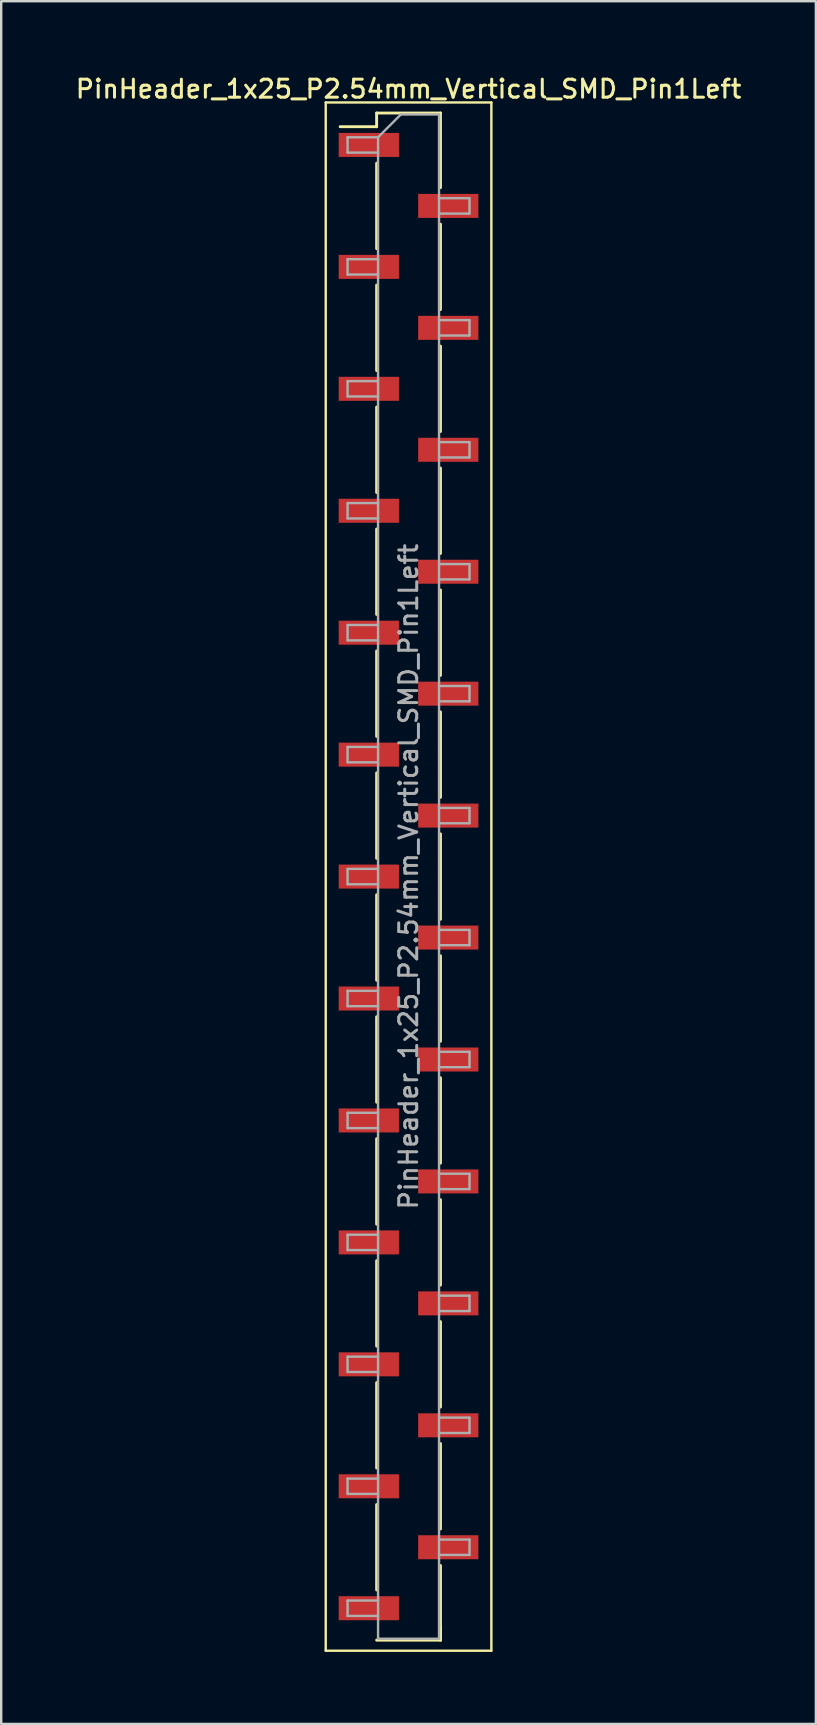
<source format=kicad_pcb>
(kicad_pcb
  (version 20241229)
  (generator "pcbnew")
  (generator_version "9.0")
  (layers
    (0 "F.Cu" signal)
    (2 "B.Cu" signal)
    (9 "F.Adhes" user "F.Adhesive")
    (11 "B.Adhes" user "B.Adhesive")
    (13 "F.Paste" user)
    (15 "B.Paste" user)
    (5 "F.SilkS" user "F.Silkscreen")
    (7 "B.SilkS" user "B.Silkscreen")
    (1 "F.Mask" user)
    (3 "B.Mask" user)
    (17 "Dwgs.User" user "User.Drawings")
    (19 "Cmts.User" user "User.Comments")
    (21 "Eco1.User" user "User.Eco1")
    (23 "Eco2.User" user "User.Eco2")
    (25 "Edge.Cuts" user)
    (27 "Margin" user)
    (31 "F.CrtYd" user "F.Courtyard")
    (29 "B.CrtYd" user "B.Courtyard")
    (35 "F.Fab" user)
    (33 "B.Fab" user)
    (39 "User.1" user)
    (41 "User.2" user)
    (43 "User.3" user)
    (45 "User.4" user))
  (footprint "PinHeader_1x25_P2.54mm_Vertical_SMD_Pin1Left"
    (layer "F.Cu")
    (at 13.97 33.468)
    (property "Reference" "PinHeader_1x25_P2.54mm_Vertical_SMD_Pin1Left" (at 0 -32.81 0) (layer "F.SilkS") (effects (font (size 0.75 0.75) (thickness 0.125))))
    (attr smd)
    (fp_line (start -3.45 -32.25) (end -3.45 32.25) (stroke (width 0.1) (type solid)) (layer "F.SilkS"))
    (fp_line (start -3.45 32.25) (end 3.45 32.25) (stroke (width 0.1) (type solid)) (layer "F.SilkS"))
    (fp_line (start -1.33 -31.81) (end -1.33 -31.24) (stroke (width 0.12) (type solid)) (layer "F.SilkS"))
    (fp_line (start -1.33 -31.81) (end 1.33 -31.81) (stroke (width 0.12) (type solid)) (layer "F.SilkS"))
    (fp_line (start -1.33 -31.24) (end -2.85 -31.24) (stroke (width 0.12) (type solid)) (layer "F.SilkS"))
    (fp_line (start -1.33 -29.72) (end -1.33 -26.16) (stroke (width 0.12) (type solid)) (layer "F.SilkS"))
    (fp_line (start -1.33 -24.64) (end -1.33 -21.08) (stroke (width 0.12) (type solid)) (layer "F.SilkS"))
    (fp_line (start -1.33 -19.56) (end -1.33 -16) (stroke (width 0.12) (type solid)) (layer "F.SilkS"))
    (fp_line (start -1.33 -14.48) (end -1.33 -10.92) (stroke (width 0.12) (type solid)) (layer "F.SilkS"))
    (fp_line (start -1.33 -9.4) (end -1.33 -5.84) (stroke (width 0.12) (type solid)) (layer "F.SilkS"))
    (fp_line (start -1.33 -4.32) (end -1.33 -0.76) (stroke (width 0.12) (type solid)) (layer "F.SilkS"))
    (fp_line (start -1.33 0.76) (end -1.33 4.32) (stroke (width 0.12) (type solid)) (layer "F.SilkS"))
    (fp_line (start -1.33 5.84) (end -1.33 9.4) (stroke (width 0.12) (type solid)) (layer "F.SilkS"))
    (fp_line (start -1.33 10.92) (end -1.33 14.48) (stroke (width 0.12) (type solid)) (layer "F.SilkS"))
    (fp_line (start -1.33 16) (end -1.33 19.56) (stroke (width 0.12) (type solid)) (layer "F.SilkS"))
    (fp_line (start -1.33 21.08) (end -1.33 24.64) (stroke (width 0.12) (type solid)) (layer "F.SilkS"))
    (fp_line (start -1.33 26.16) (end -1.33 29.72) (stroke (width 0.12) (type solid)) (layer "F.SilkS"))
    (fp_line (start -1.33 31.81) (end 1.33 31.81) (stroke (width 0.12) (type solid)) (layer "F.SilkS"))
    (fp_line (start 1.33 -31.81) (end 1.33 -28.7) (stroke (width 0.12) (type solid)) (layer "F.SilkS"))
    (fp_line (start 1.33 -27.18) (end 1.33 -23.62) (stroke (width 0.12) (type solid)) (layer "F.SilkS"))
    (fp_line (start 1.33 -22.1) (end 1.33 -18.54) (stroke (width 0.12) (type solid)) (layer "F.SilkS"))
    (fp_line (start 1.33 -17.02) (end 1.33 -13.46) (stroke (width 0.12) (type solid)) (layer "F.SilkS"))
    (fp_line (start 1.33 -11.94) (end 1.33 -8.38) (stroke (width 0.12) (type solid)) (layer "F.SilkS"))
    (fp_line (start 1.33 -6.86) (end 1.33 -3.3) (stroke (width 0.12) (type solid)) (layer "F.SilkS"))
    (fp_line (start 1.33 -1.78) (end 1.33 1.78) (stroke (width 0.12) (type solid)) (layer "F.SilkS"))
    (fp_line (start 1.33 3.3) (end 1.33 6.86) (stroke (width 0.12) (type solid)) (layer "F.SilkS"))
    (fp_line (start 1.33 8.38) (end 1.33 11.94) (stroke (width 0.12) (type solid)) (layer "F.SilkS"))
    (fp_line (start 1.33 13.46) (end 1.33 17.02) (stroke (width 0.12) (type solid)) (layer "F.SilkS"))
    (fp_line (start 1.33 18.54) (end 1.33 22.1) (stroke (width 0.12) (type solid)) (layer "F.SilkS"))
    (fp_line (start 1.33 23.62) (end 1.33 27.18) (stroke (width 0.12) (type solid)) (layer "F.SilkS"))
    (fp_line (start 1.33 28.7) (end 1.33 31.81) (stroke (width 0.12) (type solid)) (layer "F.SilkS"))
    (fp_line (start 1.33 31.24) (end 1.33 31.81) (stroke (width 0.12) (type solid)) (layer "F.SilkS"))
    (fp_line (start 3.45 -32.25) (end -3.45 -32.25) (stroke (width 0.1) (type solid)) (layer "F.SilkS"))
    (fp_line (start 3.45 32.25) (end 3.45 -32.25) (stroke (width 0.1) (type solid)) (layer "F.SilkS"))
    (fp_line (start -2.54 -30.8) (end -2.54 -30.16) (stroke (width 0.1) (type solid)) (layer "F.Fab"))
    (fp_line (start -2.54 -30.16) (end -1.27 -30.16) (stroke (width 0.1) (type solid)) (layer "F.Fab"))
    (fp_line (start -2.54 -25.72) (end -2.54 -25.08) (stroke (width 0.1) (type solid)) (layer "F.Fab"))
    (fp_line (start -2.54 -25.08) (end -1.27 -25.08) (stroke (width 0.1) (type solid)) (layer "F.Fab"))
    (fp_line (start -2.54 -20.64) (end -2.54 -20) (stroke (width 0.1) (type solid)) (layer "F.Fab"))
    (fp_line (start -2.54 -20) (end -1.27 -20) (stroke (width 0.1) (type solid)) (layer "F.Fab"))
    (fp_line (start -2.54 -15.56) (end -2.54 -14.92) (stroke (width 0.1) (type solid)) (layer "F.Fab"))
    (fp_line (start -2.54 -14.92) (end -1.27 -14.92) (stroke (width 0.1) (type solid)) (layer "F.Fab"))
    (fp_line (start -2.54 -10.48) (end -2.54 -9.84) (stroke (width 0.1) (type solid)) (layer "F.Fab"))
    (fp_line (start -2.54 -9.84) (end -1.27 -9.84) (stroke (width 0.1) (type solid)) (layer "F.Fab"))
    (fp_line (start -2.54 -5.4) (end -2.54 -4.76) (stroke (width 0.1) (type solid)) (layer "F.Fab"))
    (fp_line (start -2.54 -4.76) (end -1.27 -4.76) (stroke (width 0.1) (type solid)) (layer "F.Fab"))
    (fp_line (start -2.54 -0.32) (end -2.54 0.32) (stroke (width 0.1) (type solid)) (layer "F.Fab"))
    (fp_line (start -2.54 0.32) (end -1.27 0.32) (stroke (width 0.1) (type solid)) (layer "F.Fab"))
    (fp_line (start -2.54 4.76) (end -2.54 5.4) (stroke (width 0.1) (type solid)) (layer "F.Fab"))
    (fp_line (start -2.54 5.4) (end -1.27 5.4) (stroke (width 0.1) (type solid)) (layer "F.Fab"))
    (fp_line (start -2.54 9.84) (end -2.54 10.48) (stroke (width 0.1) (type solid)) (layer "F.Fab"))
    (fp_line (start -2.54 10.48) (end -1.27 10.48) (stroke (width 0.1) (type solid)) (layer "F.Fab"))
    (fp_line (start -2.54 14.92) (end -2.54 15.56) (stroke (width 0.1) (type solid)) (layer "F.Fab"))
    (fp_line (start -2.54 15.56) (end -1.27 15.56) (stroke (width 0.1) (type solid)) (layer "F.Fab"))
    (fp_line (start -2.54 20) (end -2.54 20.64) (stroke (width 0.1) (type solid)) (layer "F.Fab"))
    (fp_line (start -2.54 20.64) (end -1.27 20.64) (stroke (width 0.1) (type solid)) (layer "F.Fab"))
    (fp_line (start -2.54 25.08) (end -2.54 25.72) (stroke (width 0.1) (type solid)) (layer "F.Fab"))
    (fp_line (start -2.54 25.72) (end -1.27 25.72) (stroke (width 0.1) (type solid)) (layer "F.Fab"))
    (fp_line (start -2.54 30.16) (end -2.54 30.8) (stroke (width 0.1) (type solid)) (layer "F.Fab"))
    (fp_line (start -2.54 30.8) (end -1.27 30.8) (stroke (width 0.1) (type solid)) (layer "F.Fab"))
    (fp_line (start -1.27 -30.8) (end -2.54 -30.8) (stroke (width 0.1) (type solid)) (layer "F.Fab"))
    (fp_line (start -1.27 -30.8) (end -0.32 -31.75) (stroke (width 0.1) (type solid)) (layer "F.Fab"))
    (fp_line (start -1.27 -25.72) (end -2.54 -25.72) (stroke (width 0.1) (type solid)) (layer "F.Fab"))
    (fp_line (start -1.27 -20.64) (end -2.54 -20.64) (stroke (width 0.1) (type solid)) (layer "F.Fab"))
    (fp_line (start -1.27 -15.56) (end -2.54 -15.56) (stroke (width 0.1) (type solid)) (layer "F.Fab"))
    (fp_line (start -1.27 -10.48) (end -2.54 -10.48) (stroke (width 0.1) (type solid)) (layer "F.Fab"))
    (fp_line (start -1.27 -5.4) (end -2.54 -5.4) (stroke (width 0.1) (type solid)) (layer "F.Fab"))
    (fp_line (start -1.27 -0.32) (end -2.54 -0.32) (stroke (width 0.1) (type solid)) (layer "F.Fab"))
    (fp_line (start -1.27 4.76) (end -2.54 4.76) (stroke (width 0.1) (type solid)) (layer "F.Fab"))
    (fp_line (start -1.27 9.84) (end -2.54 9.84) (stroke (width 0.1) (type solid)) (layer "F.Fab"))
    (fp_line (start -1.27 14.92) (end -2.54 14.92) (stroke (width 0.1) (type solid)) (layer "F.Fab"))
    (fp_line (start -1.27 20) (end -2.54 20) (stroke (width 0.1) (type solid)) (layer "F.Fab"))
    (fp_line (start -1.27 25.08) (end -2.54 25.08) (stroke (width 0.1) (type solid)) (layer "F.Fab"))
    (fp_line (start -1.27 30.16) (end -2.54 30.16) (stroke (width 0.1) (type solid)) (layer "F.Fab"))
    (fp_line (start -1.27 31.75) (end -1.27 -30.8) (stroke (width 0.1) (type solid)) (layer "F.Fab"))
    (fp_line (start -0.32 -31.75) (end 1.27 -31.75) (stroke (width 0.1) (type solid)) (layer "F.Fab"))
    (fp_line (start 1.27 -31.75) (end 1.27 31.75) (stroke (width 0.1) (type solid)) (layer "F.Fab"))
    (fp_line (start 1.27 -28.26) (end 2.54 -28.26) (stroke (width 0.1) (type solid)) (layer "F.Fab"))
    (fp_line (start 1.27 -23.18) (end 2.54 -23.18) (stroke (width 0.1) (type solid)) (layer "F.Fab"))
    (fp_line (start 1.27 -18.1) (end 2.54 -18.1) (stroke (width 0.1) (type solid)) (layer "F.Fab"))
    (fp_line (start 1.27 -13.02) (end 2.54 -13.02) (stroke (width 0.1) (type solid)) (layer "F.Fab"))
    (fp_line (start 1.27 -7.94) (end 2.54 -7.94) (stroke (width 0.1) (type solid)) (layer "F.Fab"))
    (fp_line (start 1.27 -2.86) (end 2.54 -2.86) (stroke (width 0.1) (type solid)) (layer "F.Fab"))
    (fp_line (start 1.27 2.22) (end 2.54 2.22) (stroke (width 0.1) (type solid)) (layer "F.Fab"))
    (fp_line (start 1.27 7.3) (end 2.54 7.3) (stroke (width 0.1) (type solid)) (layer "F.Fab"))
    (fp_line (start 1.27 12.38) (end 2.54 12.38) (stroke (width 0.1) (type solid)) (layer "F.Fab"))
    (fp_line (start 1.27 17.46) (end 2.54 17.46) (stroke (width 0.1) (type solid)) (layer "F.Fab"))
    (fp_line (start 1.27 22.54) (end 2.54 22.54) (stroke (width 0.1) (type solid)) (layer "F.Fab"))
    (fp_line (start 1.27 27.62) (end 2.54 27.62) (stroke (width 0.1) (type solid)) (layer "F.Fab"))
    (fp_line (start 1.27 31.75) (end -1.27 31.75) (stroke (width 0.1) (type solid)) (layer "F.Fab"))
    (fp_line (start 2.54 -28.26) (end 2.54 -27.62) (stroke (width 0.1) (type solid)) (layer "F.Fab"))
    (fp_line (start 2.54 -27.62) (end 1.27 -27.62) (stroke (width 0.1) (type solid)) (layer "F.Fab"))
    (fp_line (start 2.54 -23.18) (end 2.54 -22.54) (stroke (width 0.1) (type solid)) (layer "F.Fab"))
    (fp_line (start 2.54 -22.54) (end 1.27 -22.54) (stroke (width 0.1) (type solid)) (layer "F.Fab"))
    (fp_line (start 2.54 -18.1) (end 2.54 -17.46) (stroke (width 0.1) (type solid)) (layer "F.Fab"))
    (fp_line (start 2.54 -17.46) (end 1.27 -17.46) (stroke (width 0.1) (type solid)) (layer "F.Fab"))
    (fp_line (start 2.54 -13.02) (end 2.54 -12.38) (stroke (width 0.1) (type solid)) (layer "F.Fab"))
    (fp_line (start 2.54 -12.38) (end 1.27 -12.38) (stroke (width 0.1) (type solid)) (layer "F.Fab"))
    (fp_line (start 2.54 -7.94) (end 2.54 -7.3) (stroke (width 0.1) (type solid)) (layer "F.Fab"))
    (fp_line (start 2.54 -7.3) (end 1.27 -7.3) (stroke (width 0.1) (type solid)) (layer "F.Fab"))
    (fp_line (start 2.54 -2.86) (end 2.54 -2.22) (stroke (width 0.1) (type solid)) (layer "F.Fab"))
    (fp_line (start 2.54 -2.22) (end 1.27 -2.22) (stroke (width 0.1) (type solid)) (layer "F.Fab"))
    (fp_line (start 2.54 2.22) (end 2.54 2.86) (stroke (width 0.1) (type solid)) (layer "F.Fab"))
    (fp_line (start 2.54 2.86) (end 1.27 2.86) (stroke (width 0.1) (type solid)) (layer "F.Fab"))
    (fp_line (start 2.54 7.3) (end 2.54 7.94) (stroke (width 0.1) (type solid)) (layer "F.Fab"))
    (fp_line (start 2.54 7.94) (end 1.27 7.94) (stroke (width 0.1) (type solid)) (layer "F.Fab"))
    (fp_line (start 2.54 12.38) (end 2.54 13.02) (stroke (width 0.1) (type solid)) (layer "F.Fab"))
    (fp_line (start 2.54 13.02) (end 1.27 13.02) (stroke (width 0.1) (type solid)) (layer "F.Fab"))
    (fp_line (start 2.54 17.46) (end 2.54 18.1) (stroke (width 0.1) (type solid)) (layer "F.Fab"))
    (fp_line (start 2.54 18.1) (end 1.27 18.1) (stroke (width 0.1) (type solid)) (layer "F.Fab"))
    (fp_line (start 2.54 22.54) (end 2.54 23.18) (stroke (width 0.1) (type solid)) (layer "F.Fab"))
    (fp_line (start 2.54 23.18) (end 1.27 23.18) (stroke (width 0.1) (type solid)) (layer "F.Fab"))
    (fp_line (start 2.54 27.62) (end 2.54 28.26) (stroke (width 0.1) (type solid)) (layer "F.Fab"))
    (fp_line (start 2.54 28.26) (end 1.27 28.26) (stroke (width 0.1) (type solid)) (layer "F.Fab"))
    (fp_text user "${REFERENCE}" (at 0 0 90) (layer "F.Fab") (effects (font (size 0.75 0.75) (thickness 0.125))))
    (pad "1" smd rect (at -1.655 -30.48) (size 2.51 1) (layers "F.Cu" "F.Mask" "F.Paste"))
    (pad "2" smd rect (at 1.655 -27.94) (size 2.51 1) (layers "F.Cu" "F.Mask" "F.Paste"))
    (pad "3" smd rect (at -1.655 -25.4) (size 2.51 1) (layers "F.Cu" "F.Mask" "F.Paste"))
    (pad "4" smd rect (at 1.655 -22.86) (size 2.51 1) (layers "F.Cu" "F.Mask" "F.Paste"))
    (pad "5" smd rect (at -1.655 -20.32) (size 2.51 1) (layers "F.Cu" "F.Mask" "F.Paste"))
    (pad "6" smd rect (at 1.655 -17.78) (size 2.51 1) (layers "F.Cu" "F.Mask" "F.Paste"))
    (pad "7" smd rect (at -1.655 -15.24) (size 2.51 1) (layers "F.Cu" "F.Mask" "F.Paste"))
    (pad "8" smd rect (at 1.655 -12.7) (size 2.51 1) (layers "F.Cu" "F.Mask" "F.Paste"))
    (pad "9" smd rect (at -1.655 -10.16) (size 2.51 1) (layers "F.Cu" "F.Mask" "F.Paste"))
    (pad "10" smd rect (at 1.655 -7.62) (size 2.51 1) (layers "F.Cu" "F.Mask" "F.Paste"))
    (pad "11" smd rect (at -1.655 -5.08) (size 2.51 1) (layers "F.Cu" "F.Mask" "F.Paste"))
    (pad "12" smd rect (at 1.655 -2.54) (size 2.51 1) (layers "F.Cu" "F.Mask" "F.Paste"))
    (pad "13" smd rect (at -1.655 0) (size 2.51 1) (layers "F.Cu" "F.Mask" "F.Paste"))
    (pad "14" smd rect (at 1.655 2.54) (size 2.51 1) (layers "F.Cu" "F.Mask" "F.Paste"))
    (pad "15" smd rect (at -1.655 5.08) (size 2.51 1) (layers "F.Cu" "F.Mask" "F.Paste"))
    (pad "16" smd rect (at 1.655 7.62) (size 2.51 1) (layers "F.Cu" "F.Mask" "F.Paste"))
    (pad "17" smd rect (at -1.655 10.16) (size 2.51 1) (layers "F.Cu" "F.Mask" "F.Paste"))
    (pad "18" smd rect (at 1.655 12.7) (size 2.51 1) (layers "F.Cu" "F.Mask" "F.Paste"))
    (pad "19" smd rect (at -1.655 15.24) (size 2.51 1) (layers "F.Cu" "F.Mask" "F.Paste"))
    (pad "20" smd rect (at 1.655 17.78) (size 2.51 1) (layers "F.Cu" "F.Mask" "F.Paste"))
    (pad "21" smd rect (at -1.655 20.32) (size 2.51 1) (layers "F.Cu" "F.Mask" "F.Paste"))
    (pad "22" smd rect (at 1.655 22.86) (size 2.51 1) (layers "F.Cu" "F.Mask" "F.Paste"))
    (pad "23" smd rect (at -1.655 25.4) (size 2.51 1) (layers "F.Cu" "F.Mask" "F.Paste"))
    (pad "24" smd rect (at 1.655 27.94) (size 2.51 1) (layers "F.Cu" "F.Mask" "F.Paste"))
    (pad "25" smd rect (at -1.655 30.48) (size 2.51 1) (layers "F.Cu" "F.Mask" "F.Paste")))
  (gr_rect
    (start -3 -3)
    (end 30.939 68.768)
    (stroke (width 0.1) (type default))
    (fill no)
    (layer "Edge.Cuts")))
</source>
